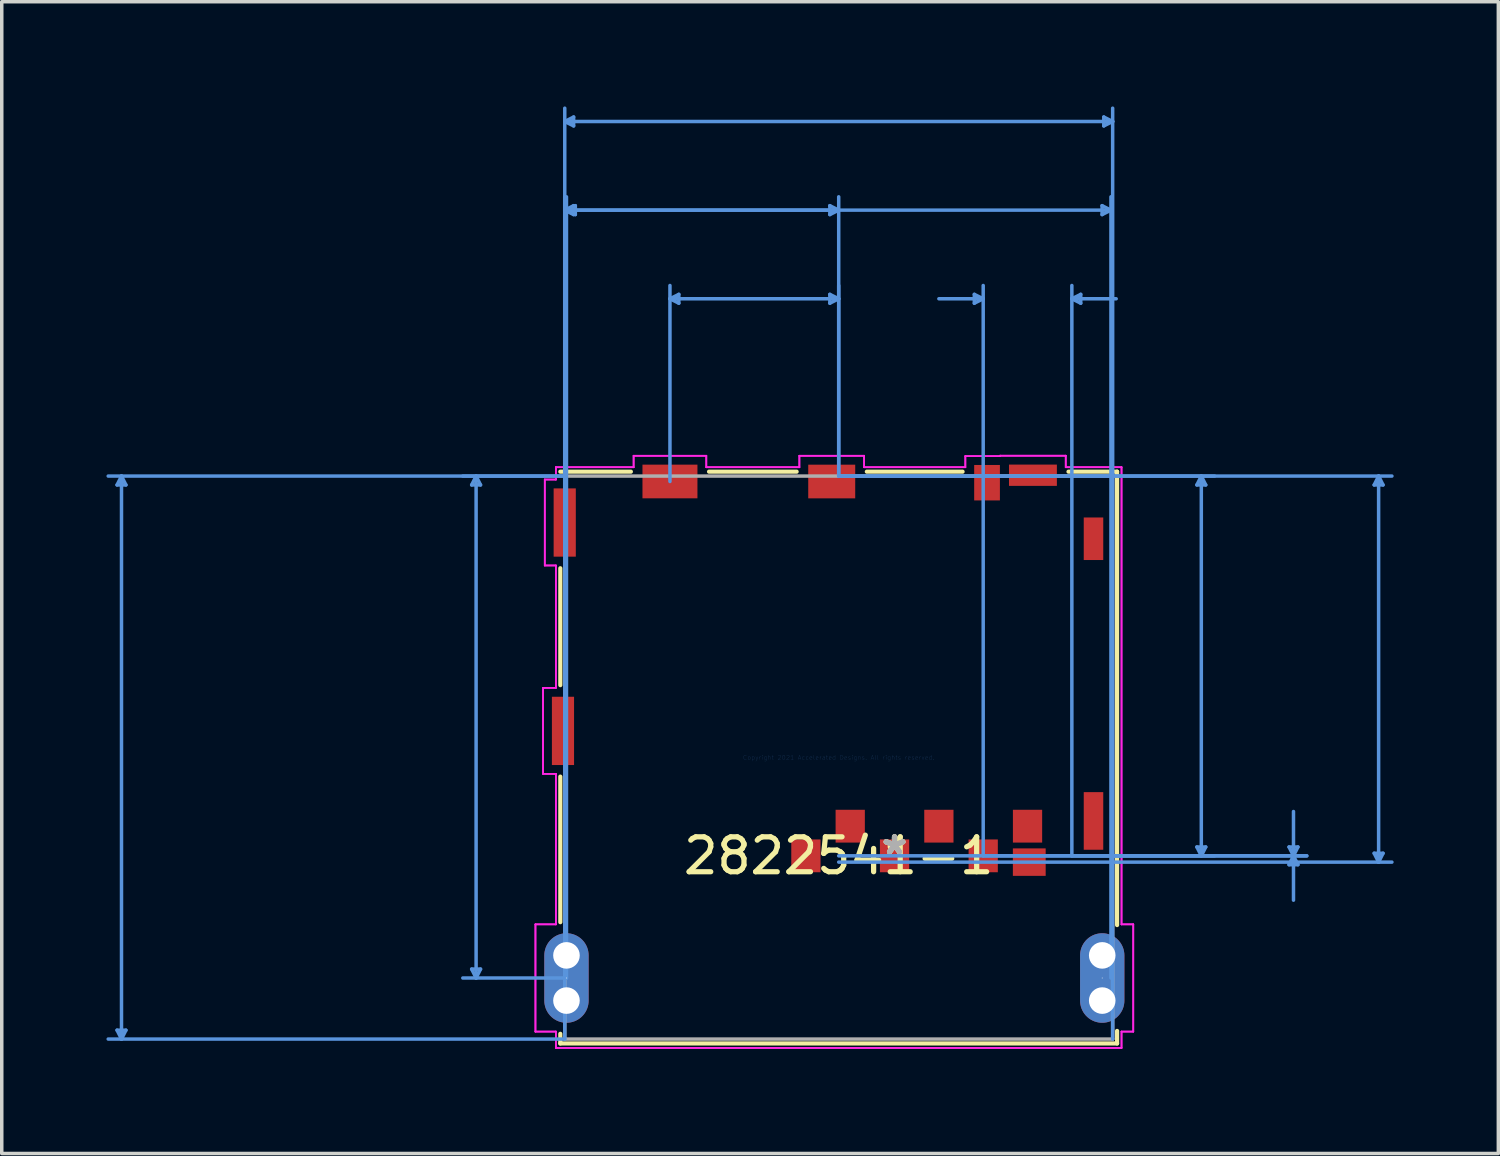
<source format=kicad_pcb>
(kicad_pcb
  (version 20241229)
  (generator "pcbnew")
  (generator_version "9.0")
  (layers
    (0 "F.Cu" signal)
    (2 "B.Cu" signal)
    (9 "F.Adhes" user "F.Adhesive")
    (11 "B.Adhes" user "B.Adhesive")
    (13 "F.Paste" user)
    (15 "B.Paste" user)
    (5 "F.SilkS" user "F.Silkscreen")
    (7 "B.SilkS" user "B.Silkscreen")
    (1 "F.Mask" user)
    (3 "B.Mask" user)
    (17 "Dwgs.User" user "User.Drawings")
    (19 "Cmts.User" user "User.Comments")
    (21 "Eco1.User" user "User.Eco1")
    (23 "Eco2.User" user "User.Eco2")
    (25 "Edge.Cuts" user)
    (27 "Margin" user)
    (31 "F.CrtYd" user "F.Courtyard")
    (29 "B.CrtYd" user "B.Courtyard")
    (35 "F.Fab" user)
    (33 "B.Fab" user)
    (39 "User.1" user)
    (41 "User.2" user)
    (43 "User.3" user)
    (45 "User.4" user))
  (footprint "2822541-1"
    (layer "F.Cu")
    (at 20.98 18.655)
    (property "Reference" "2822541-1" (at 0 2.816 0) (layer "F.SilkS") (effects (font (size 1 1) (thickness 0.15))))
    (attr through_hole)
    (fp_line (start -7.976 -5.424) (end -7.976 -2.075) (stroke (width 0.12) (type solid)) (layer "F.SilkS"))
    (fp_line (start -7.976 0.546) (end -7.976 4.716) (stroke (width 0.12) (type solid)) (layer "F.SilkS"))
    (fp_line (start -7.976 7.915) (end -7.976 8.191) (stroke (width 0.12) (type solid)) (layer "F.SilkS"))
    (fp_line (start -7.976 8.191) (end 7.976 8.191) (stroke (width 0.12) (type solid)) (layer "F.SilkS"))
    (fp_line (start -5.955 -8.191) (end -7.976 -8.191) (stroke (width 0.12) (type solid)) (layer "F.SilkS"))
    (fp_line (start -1.206 -8.191) (end -3.715 -8.191) (stroke (width 0.12) (type solid)) (layer "F.SilkS"))
    (fp_line (start 3.549 -8.191) (end 0.806 -8.191) (stroke (width 0.12) (type solid)) (layer "F.SilkS"))
    (fp_line (start 7.976 -8.191) (end 6.584 -8.191) (stroke (width 0.12) (type solid)) (layer "F.SilkS"))
    (fp_line (start 7.976 4.799) (end 7.976 -8.191) (stroke (width 0.12) (type solid)) (layer "F.SilkS"))
    (fp_line (start 7.976 8.191) (end 7.976 7.832) (stroke (width 0.12) (type solid)) (layer "F.SilkS"))
    (fp_line (start -20.676 -7.811) (end -20.422 -7.811) (stroke (width 0.1) (type solid)) (layer "Cmts.User"))
    (fp_line (start -20.676 7.811) (end -20.422 7.811) (stroke (width 0.1) (type solid)) (layer "Cmts.User"))
    (fp_line (start -20.549 -8.065) (end -20.676 -7.811) (stroke (width 0.1) (type solid)) (layer "Cmts.User"))
    (fp_line (start -20.549 -8.065) (end -20.549 8.065) (stroke (width 0.1) (type solid)) (layer "Cmts.User"))
    (fp_line (start -20.549 -8.065) (end -20.422 -7.811) (stroke (width 0.1) (type solid)) (layer "Cmts.User"))
    (fp_line (start -20.549 8.065) (end -20.676 7.811) (stroke (width 0.1) (type solid)) (layer "Cmts.User"))
    (fp_line (start -20.549 8.065) (end -20.422 7.811) (stroke (width 0.1) (type solid)) (layer "Cmts.User"))
    (fp_line (start -10.516 -7.811) (end -10.262 -7.811) (stroke (width 0.1) (type solid)) (layer "Cmts.User"))
    (fp_line (start -10.516 6.061) (end -10.262 6.061) (stroke (width 0.1) (type solid)) (layer "Cmts.User"))
    (fp_line (start -10.389 -8.065) (end -10.516 -7.811) (stroke (width 0.1) (type solid)) (layer "Cmts.User"))
    (fp_line (start -10.389 -8.065) (end -10.389 6.316) (stroke (width 0.1) (type solid)) (layer "Cmts.User"))
    (fp_line (start -10.389 -8.065) (end -10.262 -7.811) (stroke (width 0.1) (type solid)) (layer "Cmts.User"))
    (fp_line (start -10.389 6.316) (end -10.516 6.061) (stroke (width 0.1) (type solid)) (layer "Cmts.User"))
    (fp_line (start -10.389 6.316) (end -10.262 6.061) (stroke (width 0.1) (type solid)) (layer "Cmts.User"))
    (fp_line (start -7.85 -15.684) (end -7.596 -15.812) (stroke (width 0.1) (type solid)) (layer "Cmts.User"))
    (fp_line (start -7.85 -15.684) (end -7.596 -15.557) (stroke (width 0.1) (type solid)) (layer "Cmts.User"))
    (fp_line (start -7.85 -15.684) (end 0 -15.684) (stroke (width 0.1) (type solid)) (layer "Cmts.User"))
    (fp_line (start -7.85 -6.734) (end -7.85 -16.066) (stroke (width 0.1) (type solid)) (layer "Cmts.User"))
    (fp_line (start -7.849 -18.224) (end -7.595 -18.352) (stroke (width 0.1) (type solid)) (layer "Cmts.User"))
    (fp_line (start -7.849 -18.224) (end -7.595 -18.098) (stroke (width 0.1) (type solid)) (layer "Cmts.User"))
    (fp_line (start -7.849 -18.224) (end 7.849 -18.224) (stroke (width 0.1) (type solid)) (layer "Cmts.User"))
    (fp_line (start -7.849 -8.065) (end -20.93 -8.065) (stroke (width 0.1) (type solid)) (layer "Cmts.User"))
    (fp_line (start -7.849 -8.065) (end -10.77 -8.065) (stroke (width 0.1) (type solid)) (layer "Cmts.User"))
    (fp_line (start -7.849 8.065) (end -20.93 8.065) (stroke (width 0.1) (type solid)) (layer "Cmts.User"))
    (fp_line (start -7.849 8.065) (end -7.849 -18.605) (stroke (width 0.1) (type solid)) (layer "Cmts.User"))
    (fp_line (start -7.8 -15.684) (end -7.546 -15.812) (stroke (width 0.1) (type solid)) (layer "Cmts.User"))
    (fp_line (start -7.8 -15.684) (end -7.546 -15.557) (stroke (width 0.1) (type solid)) (layer "Cmts.User"))
    (fp_line (start -7.8 -15.684) (end 7.8 -15.684) (stroke (width 0.1) (type solid)) (layer "Cmts.User"))
    (fp_line (start -7.8 6.316) (end -10.77 6.316) (stroke (width 0.1) (type solid)) (layer "Cmts.User"))
    (fp_line (start -7.8 6.316) (end -7.8 -16.066) (stroke (width 0.1) (type solid)) (layer "Cmts.User"))
    (fp_line (start -7.596 -15.812) (end -7.596 -15.557) (stroke (width 0.1) (type solid)) (layer "Cmts.User"))
    (fp_line (start -7.595 -18.352) (end -7.595 -18.098) (stroke (width 0.1) (type solid)) (layer "Cmts.User"))
    (fp_line (start -7.546 -15.812) (end -7.546 -15.557) (stroke (width 0.1) (type solid)) (layer "Cmts.User"))
    (fp_line (start -4.835 -13.145) (end -4.581 -13.271) (stroke (width 0.1) (type solid)) (layer "Cmts.User"))
    (fp_line (start -4.835 -13.145) (end -4.581 -13.018) (stroke (width 0.1) (type solid)) (layer "Cmts.User"))
    (fp_line (start -4.835 -13.145) (end 0 -13.145) (stroke (width 0.1) (type solid)) (layer "Cmts.User"))
    (fp_line (start -4.835 -7.91) (end -4.835 -13.525) (stroke (width 0.1) (type solid)) (layer "Cmts.User"))
    (fp_line (start -4.581 -13.271) (end -4.581 -13.018) (stroke (width 0.1) (type solid)) (layer "Cmts.User"))
    (fp_line (start -0.254 -15.812) (end -0.254 -15.557) (stroke (width 0.1) (type solid)) (layer "Cmts.User"))
    (fp_line (start -0.254 -13.271) (end -0.254 -13.018) (stroke (width 0.1) (type solid)) (layer "Cmts.User"))
    (fp_line (start 0 -15.684) (end -0.254 -15.812) (stroke (width 0.1) (type solid)) (layer "Cmts.User"))
    (fp_line (start 0 -15.684) (end -0.254 -15.557) (stroke (width 0.1) (type solid)) (layer "Cmts.User"))
    (fp_line (start 0 -13.145) (end -0.254 -13.271) (stroke (width 0.1) (type solid)) (layer "Cmts.User"))
    (fp_line (start 0 -13.145) (end -0.254 -13.018) (stroke (width 0.1) (type solid)) (layer "Cmts.User"))
    (fp_line (start 0 -8.065) (end 0 -16.066) (stroke (width 0.1) (type solid)) (layer "Cmts.User"))
    (fp_line (start 0 -8.065) (end 0 -13.525) (stroke (width 0.1) (type solid)) (layer "Cmts.User"))
    (fp_line (start 0 -8.065) (end 10.77 -8.065) (stroke (width 0.1) (type solid)) (layer "Cmts.User"))
    (fp_line (start 0 -8.065) (end 15.85 -8.065) (stroke (width 0.1) (type solid)) (layer "Cmts.User"))
    (fp_line (start 0 2.816) (end 10.77 2.816) (stroke (width 0.1) (type solid)) (layer "Cmts.User"))
    (fp_line (start 0 2.996) (end 15.85 2.996) (stroke (width 0.1) (type solid)) (layer "Cmts.User"))
    (fp_line (start 3.886 -13.271) (end 3.886 -13.018) (stroke (width 0.1) (type solid)) (layer "Cmts.User"))
    (fp_line (start 4.14 -13.145) (end 2.87 -13.145) (stroke (width 0.1) (type solid)) (layer "Cmts.User"))
    (fp_line (start 4.14 -13.145) (end 3.886 -13.271) (stroke (width 0.1) (type solid)) (layer "Cmts.User"))
    (fp_line (start 4.14 -13.145) (end 3.886 -13.018) (stroke (width 0.1) (type solid)) (layer "Cmts.User"))
    (fp_line (start 4.14 2.816) (end 4.14 -13.525) (stroke (width 0.1) (type solid)) (layer "Cmts.User"))
    (fp_line (start 4.14 2.816) (end 13.411 2.816) (stroke (width 0.1) (type solid)) (layer "Cmts.User"))
    (fp_line (start 6.68 -13.145) (end 6.934 -13.271) (stroke (width 0.1) (type solid)) (layer "Cmts.User"))
    (fp_line (start 6.68 -13.145) (end 6.934 -13.018) (stroke (width 0.1) (type solid)) (layer "Cmts.User"))
    (fp_line (start 6.68 -13.145) (end 7.95 -13.145) (stroke (width 0.1) (type solid)) (layer "Cmts.User"))
    (fp_line (start 6.68 2.816) (end 6.68 -13.525) (stroke (width 0.1) (type solid)) (layer "Cmts.User"))
    (fp_line (start 6.68 2.816) (end 13.411 2.816) (stroke (width 0.1) (type solid)) (layer "Cmts.User"))
    (fp_line (start 6.934 -13.271) (end 6.934 -13.018) (stroke (width 0.1) (type solid)) (layer "Cmts.User"))
    (fp_line (start 7.546 -15.812) (end 7.546 -15.557) (stroke (width 0.1) (type solid)) (layer "Cmts.User"))
    (fp_line (start 7.595 -18.352) (end 7.595 -18.098) (stroke (width 0.1) (type solid)) (layer "Cmts.User"))
    (fp_line (start 7.8 -15.684) (end 7.546 -15.812) (stroke (width 0.1) (type solid)) (layer "Cmts.User"))
    (fp_line (start 7.8 -15.684) (end 7.546 -15.557) (stroke (width 0.1) (type solid)) (layer "Cmts.User"))
    (fp_line (start 7.8 6.316) (end 7.8 -16.066) (stroke (width 0.1) (type solid)) (layer "Cmts.User"))
    (fp_line (start 7.849 -18.224) (end 7.595 -18.352) (stroke (width 0.1) (type solid)) (layer "Cmts.User"))
    (fp_line (start 7.849 -18.224) (end 7.595 -18.098) (stroke (width 0.1) (type solid)) (layer "Cmts.User"))
    (fp_line (start 7.849 8.065) (end 7.849 -18.605) (stroke (width 0.1) (type solid)) (layer "Cmts.User"))
    (fp_line (start 10.262 -7.811) (end 10.516 -7.811) (stroke (width 0.1) (type solid)) (layer "Cmts.User"))
    (fp_line (start 10.262 2.562) (end 10.516 2.562) (stroke (width 0.1) (type solid)) (layer "Cmts.User"))
    (fp_line (start 10.389 -8.065) (end 10.262 -7.811) (stroke (width 0.1) (type solid)) (layer "Cmts.User"))
    (fp_line (start 10.389 -8.065) (end 10.389 2.816) (stroke (width 0.1) (type solid)) (layer "Cmts.User"))
    (fp_line (start 10.389 -8.065) (end 10.516 -7.811) (stroke (width 0.1) (type solid)) (layer "Cmts.User"))
    (fp_line (start 10.389 2.816) (end 10.262 2.562) (stroke (width 0.1) (type solid)) (layer "Cmts.User"))
    (fp_line (start 10.389 2.816) (end 10.516 2.562) (stroke (width 0.1) (type solid)) (layer "Cmts.User"))
    (fp_line (start 12.903 2.562) (end 13.157 2.562) (stroke (width 0.1) (type solid)) (layer "Cmts.User"))
    (fp_line (start 12.903 3.07) (end 13.157 3.07) (stroke (width 0.1) (type solid)) (layer "Cmts.User"))
    (fp_line (start 13.03 2.816) (end 12.903 2.562) (stroke (width 0.1) (type solid)) (layer "Cmts.User"))
    (fp_line (start 13.03 2.816) (end 12.903 3.07) (stroke (width 0.1) (type solid)) (layer "Cmts.User"))
    (fp_line (start 13.03 2.816) (end 13.03 1.546) (stroke (width 0.1) (type solid)) (layer "Cmts.User"))
    (fp_line (start 13.03 2.816) (end 13.03 4.086) (stroke (width 0.1) (type solid)) (layer "Cmts.User"))
    (fp_line (start 13.03 2.816) (end 13.157 2.562) (stroke (width 0.1) (type solid)) (layer "Cmts.User"))
    (fp_line (start 13.03 2.816) (end 13.157 3.07) (stroke (width 0.1) (type solid)) (layer "Cmts.User"))
    (fp_line (start 15.342 -7.811) (end 15.596 -7.811) (stroke (width 0.1) (type solid)) (layer "Cmts.User"))
    (fp_line (start 15.342 2.742) (end 15.596 2.742) (stroke (width 0.1) (type solid)) (layer "Cmts.User"))
    (fp_line (start 15.469 -8.065) (end 15.342 -7.811) (stroke (width 0.1) (type solid)) (layer "Cmts.User"))
    (fp_line (start 15.469 -8.065) (end 15.469 2.996) (stroke (width 0.1) (type solid)) (layer "Cmts.User"))
    (fp_line (start 15.469 -8.065) (end 15.596 -7.811) (stroke (width 0.1) (type solid)) (layer "Cmts.User"))
    (fp_line (start 15.469 2.996) (end 15.342 2.742) (stroke (width 0.1) (type solid)) (layer "Cmts.User"))
    (fp_line (start 15.469 2.996) (end 15.596 2.742) (stroke (width 0.1) (type solid)) (layer "Cmts.User"))
    (fp_line (start -8.689 4.779) (end -8.689 7.852) (stroke (width 0.05) (type solid)) (layer "F.CrtYd"))
    (fp_line (start -8.689 4.779) (end -8.689 7.852) (stroke (width 0.05) (type solid)) (layer "F.CrtYd"))
    (fp_line (start -8.689 7.852) (end -8.103 7.852) (stroke (width 0.05) (type solid)) (layer "F.CrtYd"))
    (fp_line (start -8.689 7.852) (end -8.103 7.852) (stroke (width 0.05) (type solid)) (layer "F.CrtYd"))
    (fp_line (start -8.472 -1.996) (end -8.472 0.467) (stroke (width 0.05) (type solid)) (layer "F.CrtYd"))
    (fp_line (start -8.472 -1.996) (end -8.472 0.467) (stroke (width 0.05) (type solid)) (layer "F.CrtYd"))
    (fp_line (start -8.472 0.467) (end -8.103 0.467) (stroke (width 0.05) (type solid)) (layer "F.CrtYd"))
    (fp_line (start -8.472 0.467) (end -8.103 0.467) (stroke (width 0.05) (type solid)) (layer "F.CrtYd"))
    (fp_line (start -8.421 -7.966) (end -8.421 -5.503) (stroke (width 0.05) (type solid)) (layer "F.CrtYd"))
    (fp_line (start -8.421 -7.966) (end -8.421 -5.503) (stroke (width 0.05) (type solid)) (layer "F.CrtYd"))
    (fp_line (start -8.421 -5.503) (end -8.103 -5.503) (stroke (width 0.05) (type solid)) (layer "F.CrtYd"))
    (fp_line (start -8.421 -5.503) (end -8.103 -5.503) (stroke (width 0.05) (type solid)) (layer "F.CrtYd"))
    (fp_line (start -8.103 -8.319) (end -8.103 -7.966) (stroke (width 0.05) (type solid)) (layer "F.CrtYd"))
    (fp_line (start -8.103 -8.319) (end -8.103 -7.966) (stroke (width 0.05) (type solid)) (layer "F.CrtYd"))
    (fp_line (start -8.103 -7.966) (end -8.421 -7.966) (stroke (width 0.05) (type solid)) (layer "F.CrtYd"))
    (fp_line (start -8.103 -7.966) (end -8.421 -7.966) (stroke (width 0.05) (type solid)) (layer "F.CrtYd"))
    (fp_line (start -8.103 -5.503) (end -8.103 -1.996) (stroke (width 0.05) (type solid)) (layer "F.CrtYd"))
    (fp_line (start -8.103 -5.503) (end -8.103 -1.996) (stroke (width 0.05) (type solid)) (layer "F.CrtYd"))
    (fp_line (start -8.103 -1.996) (end -8.472 -1.996) (stroke (width 0.05) (type solid)) (layer "F.CrtYd"))
    (fp_line (start -8.103 -1.996) (end -8.472 -1.996) (stroke (width 0.05) (type solid)) (layer "F.CrtYd"))
    (fp_line (start -8.103 0.467) (end -8.103 4.779) (stroke (width 0.05) (type solid)) (layer "F.CrtYd"))
    (fp_line (start -8.103 0.467) (end -8.103 4.779) (stroke (width 0.05) (type solid)) (layer "F.CrtYd"))
    (fp_line (start -8.103 4.779) (end -8.689 4.779) (stroke (width 0.05) (type solid)) (layer "F.CrtYd"))
    (fp_line (start -8.103 4.779) (end -8.689 4.779) (stroke (width 0.05) (type solid)) (layer "F.CrtYd"))
    (fp_line (start -8.103 7.852) (end -8.103 8.319) (stroke (width 0.05) (type solid)) (layer "F.CrtYd"))
    (fp_line (start -8.103 7.852) (end -8.103 8.319) (stroke (width 0.05) (type solid)) (layer "F.CrtYd"))
    (fp_line (start -8.103 8.319) (end 8.103 8.319) (stroke (width 0.05) (type solid)) (layer "F.CrtYd"))
    (fp_line (start -8.103 8.319) (end 8.103 8.319) (stroke (width 0.05) (type solid)) (layer "F.CrtYd"))
    (fp_line (start -5.876 -8.646) (end -5.876 -8.319) (stroke (width 0.05) (type solid)) (layer "F.CrtYd"))
    (fp_line (start -5.876 -8.646) (end -5.876 -8.319) (stroke (width 0.05) (type solid)) (layer "F.CrtYd"))
    (fp_line (start -5.876 -8.319) (end -8.103 -8.319) (stroke (width 0.05) (type solid)) (layer "F.CrtYd"))
    (fp_line (start -5.876 -8.319) (end -8.103 -8.319) (stroke (width 0.05) (type solid)) (layer "F.CrtYd"))
    (fp_line (start -3.794 -8.646) (end -5.876 -8.646) (stroke (width 0.05) (type solid)) (layer "F.CrtYd"))
    (fp_line (start -3.794 -8.646) (end -5.876 -8.646) (stroke (width 0.05) (type solid)) (layer "F.CrtYd"))
    (fp_line (start -3.794 -8.319) (end -3.794 -8.646) (stroke (width 0.05) (type solid)) (layer "F.CrtYd"))
    (fp_line (start -3.794 -8.319) (end -3.794 -8.646) (stroke (width 0.05) (type solid)) (layer "F.CrtYd"))
    (fp_line (start -1.127 -8.646) (end -1.127 -8.319) (stroke (width 0.05) (type solid)) (layer "F.CrtYd"))
    (fp_line (start -1.127 -8.646) (end -1.127 -8.319) (stroke (width 0.05) (type solid)) (layer "F.CrtYd"))
    (fp_line (start -1.127 -8.319) (end -3.794 -8.319) (stroke (width 0.05) (type solid)) (layer "F.CrtYd"))
    (fp_line (start -1.127 -8.319) (end -3.794 -8.319) (stroke (width 0.05) (type solid)) (layer "F.CrtYd"))
    (fp_line (start 0.727 -8.646) (end -1.127 -8.646) (stroke (width 0.05) (type solid)) (layer "F.CrtYd"))
    (fp_line (start 0.727 -8.646) (end -1.127 -8.646) (stroke (width 0.05) (type solid)) (layer "F.CrtYd"))
    (fp_line (start 0.727 -8.319) (end 0.727 -8.646) (stroke (width 0.05) (type solid)) (layer "F.CrtYd"))
    (fp_line (start 0.727 -8.319) (end 0.727 -8.646) (stroke (width 0.05) (type solid)) (layer "F.CrtYd"))
    (fp_line (start 3.628 -8.636) (end 3.628 -8.319) (stroke (width 0.05) (type solid)) (layer "F.CrtYd"))
    (fp_line (start 3.628 -8.636) (end 3.628 -8.319) (stroke (width 0.05) (type solid)) (layer "F.CrtYd"))
    (fp_line (start 3.628 -8.319) (end 0.727 -8.319) (stroke (width 0.05) (type solid)) (layer "F.CrtYd"))
    (fp_line (start 3.628 -8.319) (end 0.727 -8.319) (stroke (width 0.05) (type solid)) (layer "F.CrtYd"))
    (fp_line (start 4.625 -8.648) (end 4.625 -8.636) (stroke (width 0.05) (type solid)) (layer "F.CrtYd"))
    (fp_line (start 4.625 -8.648) (end 4.625 -8.636) (stroke (width 0.05) (type solid)) (layer "F.CrtYd"))
    (fp_line (start 4.625 -8.636) (end 3.628 -8.636) (stroke (width 0.05) (type solid)) (layer "F.CrtYd"))
    (fp_line (start 4.625 -8.636) (end 3.628 -8.636) (stroke (width 0.05) (type solid)) (layer "F.CrtYd"))
    (fp_line (start 6.505 -8.648) (end 4.625 -8.648) (stroke (width 0.05) (type solid)) (layer "F.CrtYd"))
    (fp_line (start 6.505 -8.648) (end 4.625 -8.648) (stroke (width 0.05) (type solid)) (layer "F.CrtYd"))
    (fp_line (start 6.505 -8.319) (end 6.505 -8.648) (stroke (width 0.05) (type solid)) (layer "F.CrtYd"))
    (fp_line (start 6.505 -8.319) (end 6.505 -8.648) (stroke (width 0.05) (type solid)) (layer "F.CrtYd"))
    (fp_line (start 8.103 -8.319) (end 6.505 -8.319) (stroke (width 0.05) (type solid)) (layer "F.CrtYd"))
    (fp_line (start 8.103 -8.319) (end 6.505 -8.319) (stroke (width 0.05) (type solid)) (layer "F.CrtYd"))
    (fp_line (start 8.103 4.779) (end 8.103 -8.319) (stroke (width 0.05) (type solid)) (layer "F.CrtYd"))
    (fp_line (start 8.103 4.779) (end 8.103 -8.319) (stroke (width 0.05) (type solid)) (layer "F.CrtYd"))
    (fp_line (start 8.103 7.852) (end 8.439 7.852) (stroke (width 0.05) (type solid)) (layer "F.CrtYd"))
    (fp_line (start 8.103 7.852) (end 8.439 7.852) (stroke (width 0.05) (type solid)) (layer "F.CrtYd"))
    (fp_line (start 8.103 8.319) (end 8.103 7.852) (stroke (width 0.05) (type solid)) (layer "F.CrtYd"))
    (fp_line (start 8.103 8.319) (end 8.103 7.852) (stroke (width 0.05) (type solid)) (layer "F.CrtYd"))
    (fp_line (start 8.439 4.779) (end 8.103 4.779) (stroke (width 0.05) (type solid)) (layer "F.CrtYd"))
    (fp_line (start 8.439 4.779) (end 8.103 4.779) (stroke (width 0.05) (type solid)) (layer "F.CrtYd"))
    (fp_line (start 8.439 7.852) (end 8.439 4.779) (stroke (width 0.05) (type solid)) (layer "F.CrtYd"))
    (fp_line (start 8.439 7.852) (end 8.439 4.779) (stroke (width 0.05) (type solid)) (layer "F.CrtYd"))
    (fp_line (start -7.849 -8.065) (end -7.849 8.065) (stroke (width 0.1) (type solid)) (layer "F.Fab"))
    (fp_line (start -7.849 8.065) (end 7.849 8.065) (stroke (width 0.1) (type solid)) (layer "F.Fab"))
    (fp_line (start 0 -8.065) (end 0 -8.065) (stroke (width 0.1) (type solid)) (layer "F.Fab"))
    (fp_line (start 0 -8.065) (end 0 -8.065) (stroke (width 0.1) (type solid)) (layer "F.Fab"))
    (fp_line (start 0 -8.065) (end 0 -8.065) (stroke (width 0.1) (type solid)) (layer "F.Fab"))
    (fp_line (start 0 -8.065) (end 0 -8.065) (stroke (width 0.1) (type solid)) (layer "F.Fab"))
    (fp_line (start 7.849 -8.065) (end -7.849 -8.065) (stroke (width 0.1) (type solid)) (layer "F.Fab"))
    (fp_line (start 7.849 8.065) (end 7.849 -8.065) (stroke (width 0.1) (type solid)) (layer "F.Fab"))
    (fp_text user "*" (at 1.6 2.816 0) (layer "F.SilkS") (effects (font (size 1 1) (thickness 0.15))))
    (fp_text user "*" (at 1.6 2.816 0) (layer "F.SilkS") (effects (font (size 1 1) (thickness 0.15))))
    (fp_text user "Copyright 2021 Accelerated Designs. All rights reserved." (at 0 0 0) (layer "Cmts.User") (effects (font (size 0.127 0.127) (thickness 0.002))))
    (fp_text user "*" (at 1.6 2.816 0) (layer "F.Fab") (effects (font (size 1 1) (thickness 0.15))))
    (fp_text user "*" (at 1.6 2.816 0) (layer "F.Fab") (effects (font (size 1 1) (thickness 0.15))))
    (pad "" np_thru_hole circle (at -7.8 5.668) (size 0.762 0.762) (drill 0.762) (layers "*.Cu" "*.Mask"))
    (pad "" np_thru_hole circle (at -7.8 6.963) (size 0.762 0.762) (drill 0.762) (layers "*.Cu" "*.Mask"))
    (pad "" np_thru_hole circle (at 7.55 5.668) (size 0.762 0.762) (drill 0.762) (layers "*.Cu" "*.Mask"))
    (pad "" np_thru_hole circle (at 7.55 6.963) (size 0.762 0.762) (drill 0.762) (layers "*.Cu" "*.Mask"))
    (pad "1" smd rect (at 4.14 2.816) (size 0.838 0.94) (layers "F.Cu" "F.Mask" "F.Paste"))
    (pad "2" smd rect (at 1.6 2.816) (size 0.838 0.94) (layers "F.Cu" "F.Mask" "F.Paste"))
    (pad "3" smd rect (at -0.94 2.816) (size 0.838 0.94) (layers "F.Cu" "F.Mask" "F.Paste"))
    (pad "4" smd rect (at 5.41 1.966) (size 0.838 0.94) (layers "F.Cu" "F.Mask" "F.Paste"))
    (pad "5" smd rect (at 2.87 1.966) (size 0.838 0.94) (layers "F.Cu" "F.Mask" "F.Paste"))
    (pad "6" smd rect (at 0.33 1.966) (size 0.838 0.94) (layers "F.Cu" "F.Mask" "F.Paste"))
    (pad "7" smd rect (at 5.46 2.996) (size 0.94 0.787) (layers "F.Cu" "F.Mask" "F.Paste"))
    (pad "8" thru_hole oval (at 7.55 6.316 90) (size 2.565 1.27) (drill 0.025) (layers "*.Cu" "*.Mask"))
    (pad "9" smd rect (at 7.3 1.816) (size 0.559 1.651) (layers "F.Cu" "F.Mask" "F.Paste"))
    (pad "10" smd rect (at 7.3 -6.269) (size 0.559 1.219) (layers "F.Cu" "F.Mask" "F.Paste"))
    (pad "11" smd rect (at 5.565 -8.089) (size 1.372 0.61) (layers "F.Cu" "F.Mask" "F.Paste"))
    (pad "12" smd rect (at 4.25 -7.875) (size 0.737 1.016) (layers "F.Cu" "F.Mask" "F.Paste"))
    (pad "13" smd rect (at -0.2 -7.909) (size 1.346 0.965) (layers "F.Cu" "F.Mask" "F.Paste"))
    (pad "14" smd rect (at -4.835 -7.91) (size 1.575 0.965) (layers "F.Cu" "F.Mask" "F.Paste"))
    (pad "15" smd rect (at -7.85 -6.734) (size 0.635 1.956) (layers "F.Cu" "F.Mask" "F.Paste"))
    (pad "16" smd rect (at -7.9 -0.764) (size 0.635 1.956) (layers "F.Cu" "F.Mask" "F.Paste"))
    (pad "17" thru_hole oval (at -7.8 6.316 90) (size 2.565 1.27) (drill 0.025) (layers "*.Cu" "*.Mask")))
  (gr_rect
    (start -3 -3)
    (end 39.879 29.999)
    (stroke (width 0.1) (type default))
    (fill no)
    (layer "Edge.Cuts")))
</source>
